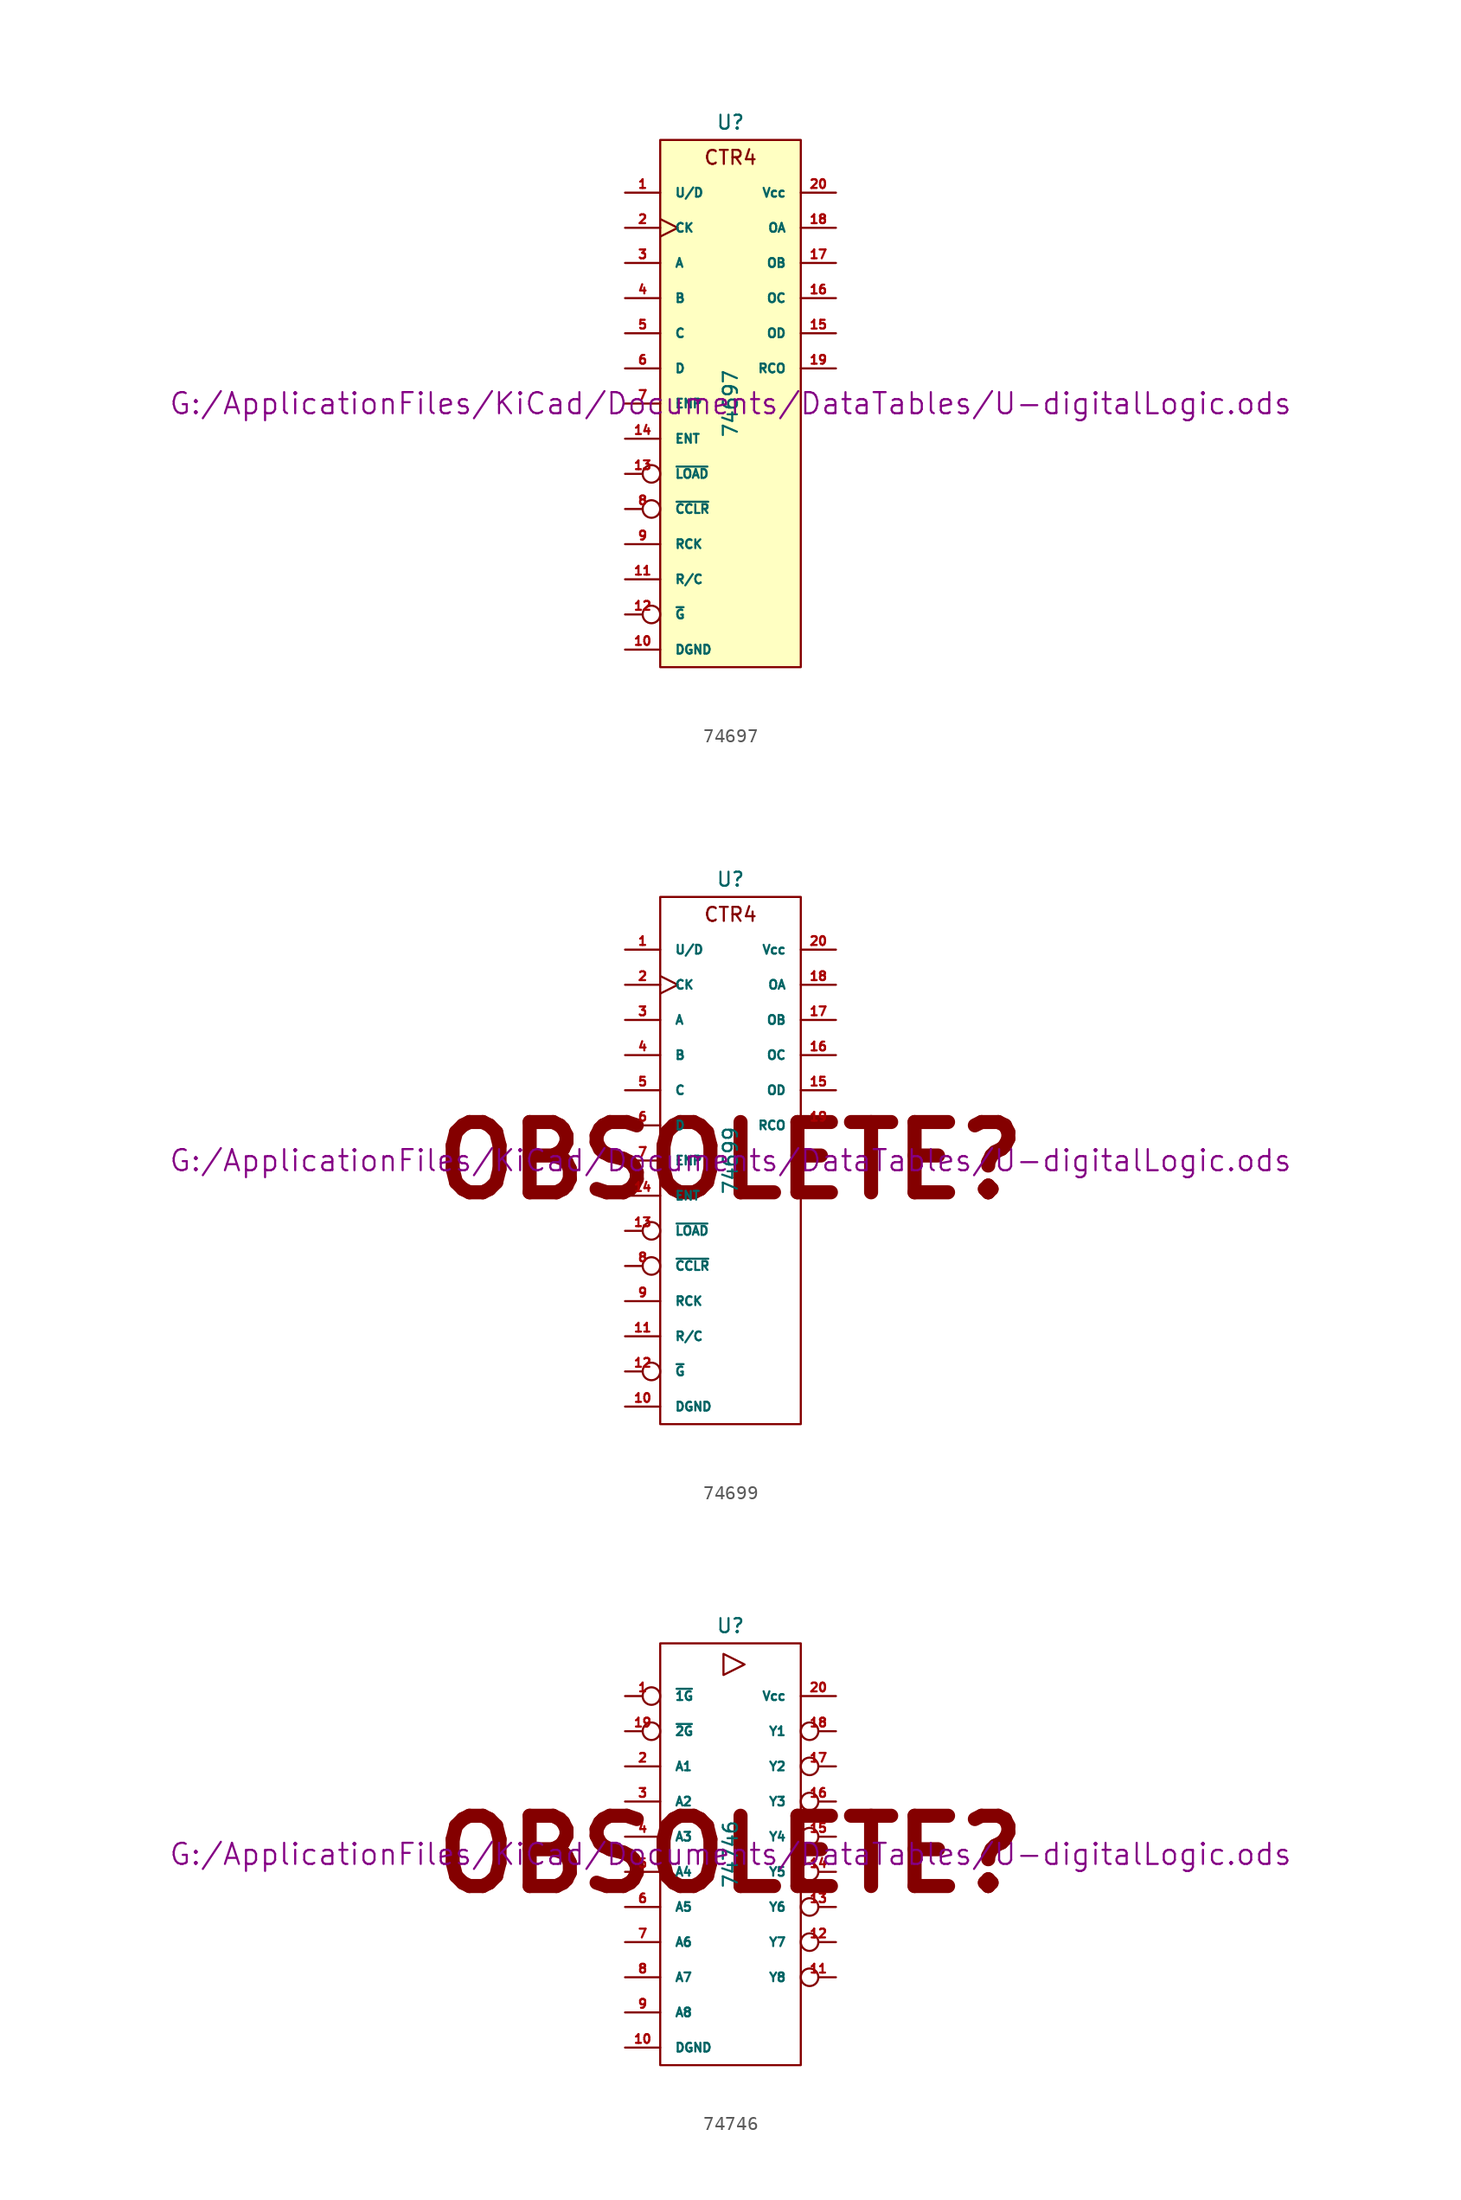
<source format=kicad_sym>
(kicad_symbol_lib
  (version 20211014)
  (generator kicad_symbol_editor)
  (symbol "74697"
    (pin_names
      (offset 1.016))
    (property "Reference" "U"
      (at 0 20.32 0)
      (effects (font (size 1.016 1.016))))
    (property "Value" "74697"
      (at 0 0 90)
      (effects (font (size 1.016 1.016))))
    (property "Footprint" ""
      (at 0 0 0)
      (effects (font (size 1.524 1.524))))
    (property "Datasheet" "G:/ApplicationFiles/KiCad/Documents/DataTables/U-digitalLogic.ods"
      (at 0 0 0)
      (effects (font (size 1.524 1.524))))
    (symbol "74697_0_0"
      (text "CTR4" (at 0 17.78 0) (effects (font (size 1.016 1.016)))))
    (symbol "74697_0_1"
      (rectangle (start -5.08 19.05) (end 5.08 -19.05) (stroke (width 0) (type default) (color 0 0 0 0)) (fill (type background))))
    (symbol "74697_1_1"
      (pin input line (at -7.62 15.24 0) (length 2.54) (name "U/D" (effects (font (size 0.635 0.635)))) (number "1" (effects (font (size 0.635 0.635)))))
      (pin power_in line (at -7.62 -17.78 0) (length 2.54) (name "DGND" (effects (font (size 0.635 0.635)))) (number "10" (effects (font (size 0.635 0.635)))))
      (pin input line (at -7.62 -12.7 0) (length 2.54) (name "R/C" (effects (font (size 0.635 0.635)))) (number "11" (effects (font (size 0.635 0.635)))))
      (pin input inverted (at -7.62 -15.24 0) (length 2.54) (name "~{G}" (effects (font (size 0.635 0.635)))) (number "12" (effects (font (size 0.635 0.635)))))
      (pin input inverted (at -7.62 -5.08 0) (length 2.54) (name "~{LOAD}" (effects (font (size 0.635 0.635)))) (number "13" (effects (font (size 0.635 0.635)))))
      (pin input line (at -7.62 -2.54 0) (length 2.54) (name "ENT" (effects (font (size 0.635 0.635)))) (number "14" (effects (font (size 0.635 0.635)))))
      (pin tri_state line (at 7.62 5.08 180) (length 2.54) (name "OD" (effects (font (size 0.635 0.635)))) (number "15" (effects (font (size 0.635 0.635)))))
      (pin tri_state line (at 7.62 7.62 180) (length 2.54) (name "OC" (effects (font (size 0.635 0.635)))) (number "16" (effects (font (size 0.635 0.635)))))
      (pin tri_state line (at 7.62 10.16 180) (length 2.54) (name "OB" (effects (font (size 0.635 0.635)))) (number "17" (effects (font (size 0.635 0.635)))))
      (pin tri_state line (at 7.62 12.7 180) (length 2.54) (name "OA" (effects (font (size 0.635 0.635)))) (number "18" (effects (font (size 0.635 0.635)))))
      (pin output line (at 7.62 2.54 180) (length 2.54) (name "RCO" (effects (font (size 0.635 0.635)))) (number "19" (effects (font (size 0.635 0.635)))))
      (pin input clock (at -7.62 12.7 0) (length 2.54) (name "CK" (effects (font (size 0.635 0.635)))) (number "2" (effects (font (size 0.635 0.635)))))
      (pin power_in line (at 7.62 15.24 180) (length 2.54) (name "Vcc" (effects (font (size 0.635 0.635)))) (number "20" (effects (font (size 0.635 0.635)))))
      (pin input line (at -7.62 10.16 0) (length 2.54) (name "A" (effects (font (size 0.635 0.635)))) (number "3" (effects (font (size 0.635 0.635)))))
      (pin input line (at -7.62 7.62 0) (length 2.54) (name "B" (effects (font (size 0.635 0.635)))) (number "4" (effects (font (size 0.635 0.635)))))
      (pin input line (at -7.62 5.08 0) (length 2.54) (name "C" (effects (font (size 0.635 0.635)))) (number "5" (effects (font (size 0.635 0.635)))))
      (pin input line (at -7.62 2.54 0) (length 2.54) (name "D" (effects (font (size 0.635 0.635)))) (number "6" (effects (font (size 0.635 0.635)))))
      (pin input line (at -7.62 0 0) (length 2.54) (name "ENP" (effects (font (size 0.635 0.635)))) (number "7" (effects (font (size 0.635 0.635)))))
      (pin input inverted (at -7.62 -7.62 0) (length 2.54) (name "~{CCLR}" (effects (font (size 0.635 0.635)))) (number "8" (effects (font (size 0.635 0.635)))))
      (pin input line (at -7.62 -10.16 0) (length 2.54) (name "RCK" (effects (font (size 0.635 0.635)))) (number "9" (effects (font (size 0.635 0.635)))))))
  (symbol "74699"
    (pin_names
      (offset 1.016))
    (property "Reference" "U"
      (at 0 20.32 0)
      (effects (font (size 1.016 1.016))))
    (property "Value" "74699"
      (at 0 0 90)
      (effects (font (size 1.016 1.016))))
    (property "Footprint" ""
      (at 0 0 0)
      (effects (font (size 1.524 1.524))))
    (property "Datasheet" "G:/ApplicationFiles/KiCad/Documents/DataTables/U-digitalLogic.ods"
      (at 0 0 0)
      (effects (font (size 1.524 1.524))))
    (symbol "74699_0_0"
      (text "CTR4" (at 0 17.78 0) (effects (font (size 1.016 1.016))))
      (text "OBSOLETE?" (at 0 0 0) (effects (font (size 5.08 5.08) bold))))
    (symbol "74699_0_1"
      (rectangle (start -5.08 19.05) (end 5.08 -19.05) (stroke (width 0) (type default) (color 0 0 0 0)) (fill (type none))))
    (symbol "74699_1_1"
      (pin input line (at -7.62 15.24 0) (length 2.54) (name "U/D" (effects (font (size 0.635 0.635)))) (number "1" (effects (font (size 0.635 0.635)))))
      (pin power_in line (at -7.62 -17.78 0) (length 2.54) (name "DGND" (effects (font (size 0.635 0.635)))) (number "10" (effects (font (size 0.635 0.635)))))
      (pin input line (at -7.62 -12.7 0) (length 2.54) (name "R/C" (effects (font (size 0.635 0.635)))) (number "11" (effects (font (size 0.635 0.635)))))
      (pin input inverted (at -7.62 -15.24 0) (length 2.54) (name "~{G}" (effects (font (size 0.635 0.635)))) (number "12" (effects (font (size 0.635 0.635)))))
      (pin input inverted (at -7.62 -5.08 0) (length 2.54) (name "~{LOAD}" (effects (font (size 0.635 0.635)))) (number "13" (effects (font (size 0.635 0.635)))))
      (pin input line (at -7.62 -2.54 0) (length 2.54) (name "ENT" (effects (font (size 0.635 0.635)))) (number "14" (effects (font (size 0.635 0.635)))))
      (pin tri_state line (at 7.62 5.08 180) (length 2.54) (name "OD" (effects (font (size 0.635 0.635)))) (number "15" (effects (font (size 0.635 0.635)))))
      (pin tri_state line (at 7.62 7.62 180) (length 2.54) (name "OC" (effects (font (size 0.635 0.635)))) (number "16" (effects (font (size 0.635 0.635)))))
      (pin tri_state line (at 7.62 10.16 180) (length 2.54) (name "OB" (effects (font (size 0.635 0.635)))) (number "17" (effects (font (size 0.635 0.635)))))
      (pin tri_state line (at 7.62 12.7 180) (length 2.54) (name "OA" (effects (font (size 0.635 0.635)))) (number "18" (effects (font (size 0.635 0.635)))))
      (pin output line (at 7.62 2.54 180) (length 2.54) (name "RCO" (effects (font (size 0.635 0.635)))) (number "19" (effects (font (size 0.635 0.635)))))
      (pin input clock (at -7.62 12.7 0) (length 2.54) (name "CK" (effects (font (size 0.635 0.635)))) (number "2" (effects (font (size 0.635 0.635)))))
      (pin power_in line (at 7.62 15.24 180) (length 2.54) (name "Vcc" (effects (font (size 0.635 0.635)))) (number "20" (effects (font (size 0.635 0.635)))))
      (pin input line (at -7.62 10.16 0) (length 2.54) (name "A" (effects (font (size 0.635 0.635)))) (number "3" (effects (font (size 0.635 0.635)))))
      (pin input line (at -7.62 7.62 0) (length 2.54) (name "B" (effects (font (size 0.635 0.635)))) (number "4" (effects (font (size 0.635 0.635)))))
      (pin input line (at -7.62 5.08 0) (length 2.54) (name "C" (effects (font (size 0.635 0.635)))) (number "5" (effects (font (size 0.635 0.635)))))
      (pin input line (at -7.62 2.54 0) (length 2.54) (name "D" (effects (font (size 0.635 0.635)))) (number "6" (effects (font (size 0.635 0.635)))))
      (pin input line (at -7.62 0 0) (length 2.54) (name "ENP" (effects (font (size 0.635 0.635)))) (number "7" (effects (font (size 0.635 0.635)))))
      (pin input inverted (at -7.62 -7.62 0) (length 2.54) (name "~{CCLR}" (effects (font (size 0.635 0.635)))) (number "8" (effects (font (size 0.635 0.635)))))
      (pin input line (at -7.62 -10.16 0) (length 2.54) (name "RCK" (effects (font (size 0.635 0.635)))) (number "9" (effects (font (size 0.635 0.635)))))))
  (symbol "74746"
    (pin_names
      (offset 1.016))
    (property "Reference" "U"
      (at 0 16.51 0)
      (effects (font (size 1.016 1.016))))
    (property "Value" "74746"
      (at 0 0 90)
      (effects (font (size 1.016 1.016))))
    (property "Footprint" ""
      (at 0 0 0)
      (effects (font (size 1.524 1.524))))
    (property "Datasheet" "G:/ApplicationFiles/KiCad/Documents/DataTables/U-digitalLogic.ods"
      (at 0 0 0)
      (effects (font (size 1.524 1.524))))
    (symbol "74746_0_0"
      (polyline (pts (xy -0.508 14.478) (xy -0.508 12.954) (xy 1.016 13.716) (xy -0.508 14.478)) (stroke (width 0) (type default) (color 0 0 0 0)) (fill (type none)))
      (text "OBSOLETE?" (at 0 0 0) (effects (font (size 5.08 5.08) bold))))
    (symbol "74746_0_1"
      (rectangle (start -5.08 15.24) (end 5.08 -15.24) (stroke (width 0) (type default) (color 0 0 0 0)) (fill (type none))))
    (symbol "74746_1_1"
      (pin input inverted (at -7.62 11.43 0) (length 2.54) (name "~{1G}" (effects (font (size 0.635 0.635)))) (number "1" (effects (font (size 0.635 0.635)))))
      (pin power_in line (at -7.62 -13.97 0) (length 2.54) (name "DGND" (effects (font (size 0.635 0.635)))) (number "10" (effects (font (size 0.635 0.635)))))
      (pin tri_state inverted (at 7.62 -8.89 180) (length 2.54) (name "Y8" (effects (font (size 0.635 0.635)))) (number "11" (effects (font (size 0.635 0.635)))))
      (pin tri_state inverted (at 7.62 -6.35 180) (length 2.54) (name "Y7" (effects (font (size 0.635 0.635)))) (number "12" (effects (font (size 0.635 0.635)))))
      (pin tri_state inverted (at 7.62 -3.81 180) (length 2.54) (name "Y6" (effects (font (size 0.635 0.635)))) (number "13" (effects (font (size 0.635 0.635)))))
      (pin tri_state inverted (at 7.62 -1.27 180) (length 2.54) (name "Y5" (effects (font (size 0.635 0.635)))) (number "14" (effects (font (size 0.635 0.635)))))
      (pin tri_state inverted (at 7.62 1.27 180) (length 2.54) (name "Y4" (effects (font (size 0.635 0.635)))) (number "15" (effects (font (size 0.635 0.635)))))
      (pin tri_state inverted (at 7.62 3.81 180) (length 2.54) (name "Y3" (effects (font (size 0.635 0.635)))) (number "16" (effects (font (size 0.635 0.635)))))
      (pin tri_state inverted (at 7.62 6.35 180) (length 2.54) (name "Y2" (effects (font (size 0.635 0.635)))) (number "17" (effects (font (size 0.635 0.635)))))
      (pin tri_state inverted (at 7.62 8.89 180) (length 2.54) (name "Y1" (effects (font (size 0.635 0.635)))) (number "18" (effects (font (size 0.635 0.635)))))
      (pin input inverted (at -7.62 8.89 0) (length 2.54) (name "~{2G}" (effects (font (size 0.635 0.635)))) (number "19" (effects (font (size 0.635 0.635)))))
      (pin input line (at -7.62 6.35 0) (length 2.54) (name "A1" (effects (font (size 0.635 0.635)))) (number "2" (effects (font (size 0.635 0.635)))))
      (pin power_in line (at 7.62 11.43 180) (length 2.54) (name "Vcc" (effects (font (size 0.635 0.635)))) (number "20" (effects (font (size 0.635 0.635)))))
      (pin input line (at -7.62 3.81 0) (length 2.54) (name "A2" (effects (font (size 0.635 0.635)))) (number "3" (effects (font (size 0.635 0.635)))))
      (pin input line (at -7.62 1.27 0) (length 2.54) (name "A3" (effects (font (size 0.635 0.635)))) (number "4" (effects (font (size 0.635 0.635)))))
      (pin input line (at -7.62 -1.27 0) (length 2.54) (name "A4" (effects (font (size 0.635 0.635)))) (number "5" (effects (font (size 0.635 0.635)))))
      (pin input line (at -7.62 -3.81 0) (length 2.54) (name "A5" (effects (font (size 0.635 0.635)))) (number "6" (effects (font (size 0.635 0.635)))))
      (pin input line (at -7.62 -6.35 0) (length 2.54) (name "A6" (effects (font (size 0.635 0.635)))) (number "7" (effects (font (size 0.635 0.635)))))
      (pin input line (at -7.62 -8.89 0) (length 2.54) (name "A7" (effects (font (size 0.635 0.635)))) (number "8" (effects (font (size 0.635 0.635)))))
      (pin input line (at -7.62 -11.43 0) (length 2.54) (name "A8" (effects (font (size 0.635 0.635)))) (number "9" (effects (font (size 0.635 0.635))))))))
</source>
